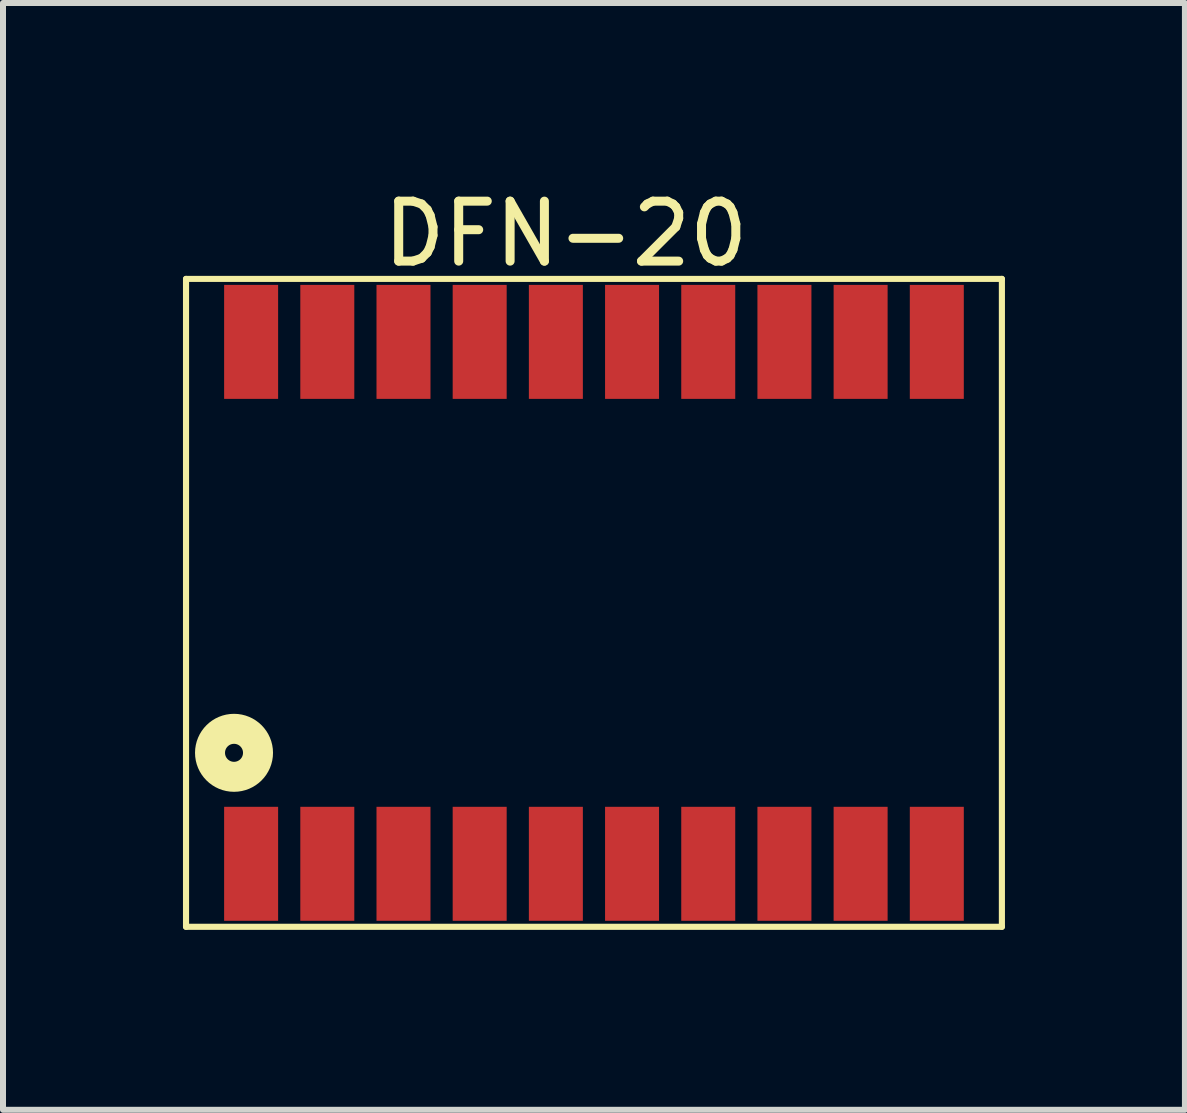
<source format=kicad_pcb>
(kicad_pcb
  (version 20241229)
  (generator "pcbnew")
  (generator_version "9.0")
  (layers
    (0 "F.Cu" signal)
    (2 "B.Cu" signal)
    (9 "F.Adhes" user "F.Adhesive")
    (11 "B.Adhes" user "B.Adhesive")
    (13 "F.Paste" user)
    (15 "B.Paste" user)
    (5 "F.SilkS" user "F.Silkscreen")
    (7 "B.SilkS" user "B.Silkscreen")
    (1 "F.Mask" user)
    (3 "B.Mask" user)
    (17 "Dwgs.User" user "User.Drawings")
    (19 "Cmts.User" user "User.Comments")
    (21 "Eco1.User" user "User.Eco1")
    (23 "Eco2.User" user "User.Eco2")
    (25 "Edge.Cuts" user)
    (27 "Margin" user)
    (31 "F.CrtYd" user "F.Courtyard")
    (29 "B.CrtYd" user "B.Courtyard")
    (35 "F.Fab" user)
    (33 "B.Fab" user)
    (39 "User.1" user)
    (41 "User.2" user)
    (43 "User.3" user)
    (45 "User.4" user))
  (footprint "DFN-20"
    (layer "F.Cu")
    (at 6.851 6.999)
    (property "Reference" "DFN-20" (at -0.469 -6.151 0) (layer "F.SilkS") (effects (font (size 1 1) (thickness 0.15))))
    (fp_line (start -6.8 -5.4) (end 6.8 -5.4) (stroke (width 0.102) (type solid)) (layer "F.SilkS"))
    (fp_line (start -6.8 5.4) (end -6.8 -5.4) (stroke (width 0.102) (type solid)) (layer "F.SilkS"))
    (fp_line (start -6.8 5.4) (end 6.8 5.4) (stroke (width 0.102) (type solid)) (layer "F.SilkS"))
    (fp_line (start 6.8 5.4) (end 6.8 -5.4) (stroke (width 0.102) (type solid)) (layer "F.SilkS"))
    (fp_circle (center -6 2.5) (end -6 2.35) (stroke (width 0.5) (type solid)) (fill no) (layer "F.SilkS"))
    (pad "1" smd rect (at -5.715 4.35 270) (size 1.9 0.9) (layers "F.Cu" "F.Mask" "F.Paste"))
    (pad "2" smd rect (at -4.445 4.35 270) (size 1.9 0.9) (layers "F.Cu" "F.Mask" "F.Paste"))
    (pad "3" smd rect (at -3.175 4.35 270) (size 1.9 0.9) (layers "F.Cu" "F.Mask" "F.Paste"))
    (pad "4" smd rect (at -1.905 4.35 270) (size 1.9 0.9) (layers "F.Cu" "F.Mask" "F.Paste"))
    (pad "5" smd rect (at -0.635 4.35 270) (size 1.9 0.9) (layers "F.Cu" "F.Mask" "F.Paste"))
    (pad "6" smd rect (at 0.635 4.35 270) (size 1.9 0.9) (layers "F.Cu" "F.Mask" "F.Paste"))
    (pad "7" smd rect (at 1.905 4.35 270) (size 1.9 0.9) (layers "F.Cu" "F.Mask" "F.Paste"))
    (pad "8" smd rect (at 3.175 4.35 270) (size 1.9 0.9) (layers "F.Cu" "F.Mask" "F.Paste"))
    (pad "9" smd rect (at 4.445 4.35 270) (size 1.9 0.9) (layers "F.Cu" "F.Mask" "F.Paste"))
    (pad "10" smd rect (at 5.715 4.35 270) (size 1.9 0.9) (layers "F.Cu" "F.Mask" "F.Paste"))
    (pad "11" smd rect (at 5.715 -4.35 270) (size 1.9 0.9) (layers "F.Cu" "F.Mask" "F.Paste"))
    (pad "12" smd rect (at 4.445 -4.35 270) (size 1.9 0.9) (layers "F.Cu" "F.Mask" "F.Paste"))
    (pad "13" smd rect (at 3.175 -4.35 270) (size 1.9 0.9) (layers "F.Cu" "F.Mask" "F.Paste"))
    (pad "14" smd rect (at 1.905 -4.35 270) (size 1.9 0.9) (layers "F.Cu" "F.Mask" "F.Paste"))
    (pad "15" smd rect (at 0.635 -4.35 270) (size 1.9 0.9) (layers "F.Cu" "F.Mask" "F.Paste"))
    (pad "16" smd rect (at -0.635 -4.35 270) (size 1.9 0.9) (layers "F.Cu" "F.Mask" "F.Paste"))
    (pad "17" smd rect (at -1.905 -4.35 270) (size 1.9 0.9) (layers "F.Cu" "F.Mask" "F.Paste"))
    (pad "18" smd rect (at -3.175 -4.35 270) (size 1.9 0.9) (layers "F.Cu" "F.Mask" "F.Paste"))
    (pad "19" smd rect (at -4.445 -4.35 270) (size 1.9 0.9) (layers "F.Cu" "F.Mask" "F.Paste"))
    (pad "20" smd rect (at -5.715 -4.35 270) (size 1.9 0.9) (layers "F.Cu" "F.Mask" "F.Paste")))
  (gr_rect
    (start -3 -3)
    (end 16.702 15.45)
    (stroke (width 0.1) (type default))
    (fill no)
    (layer "Edge.Cuts")))
</source>
